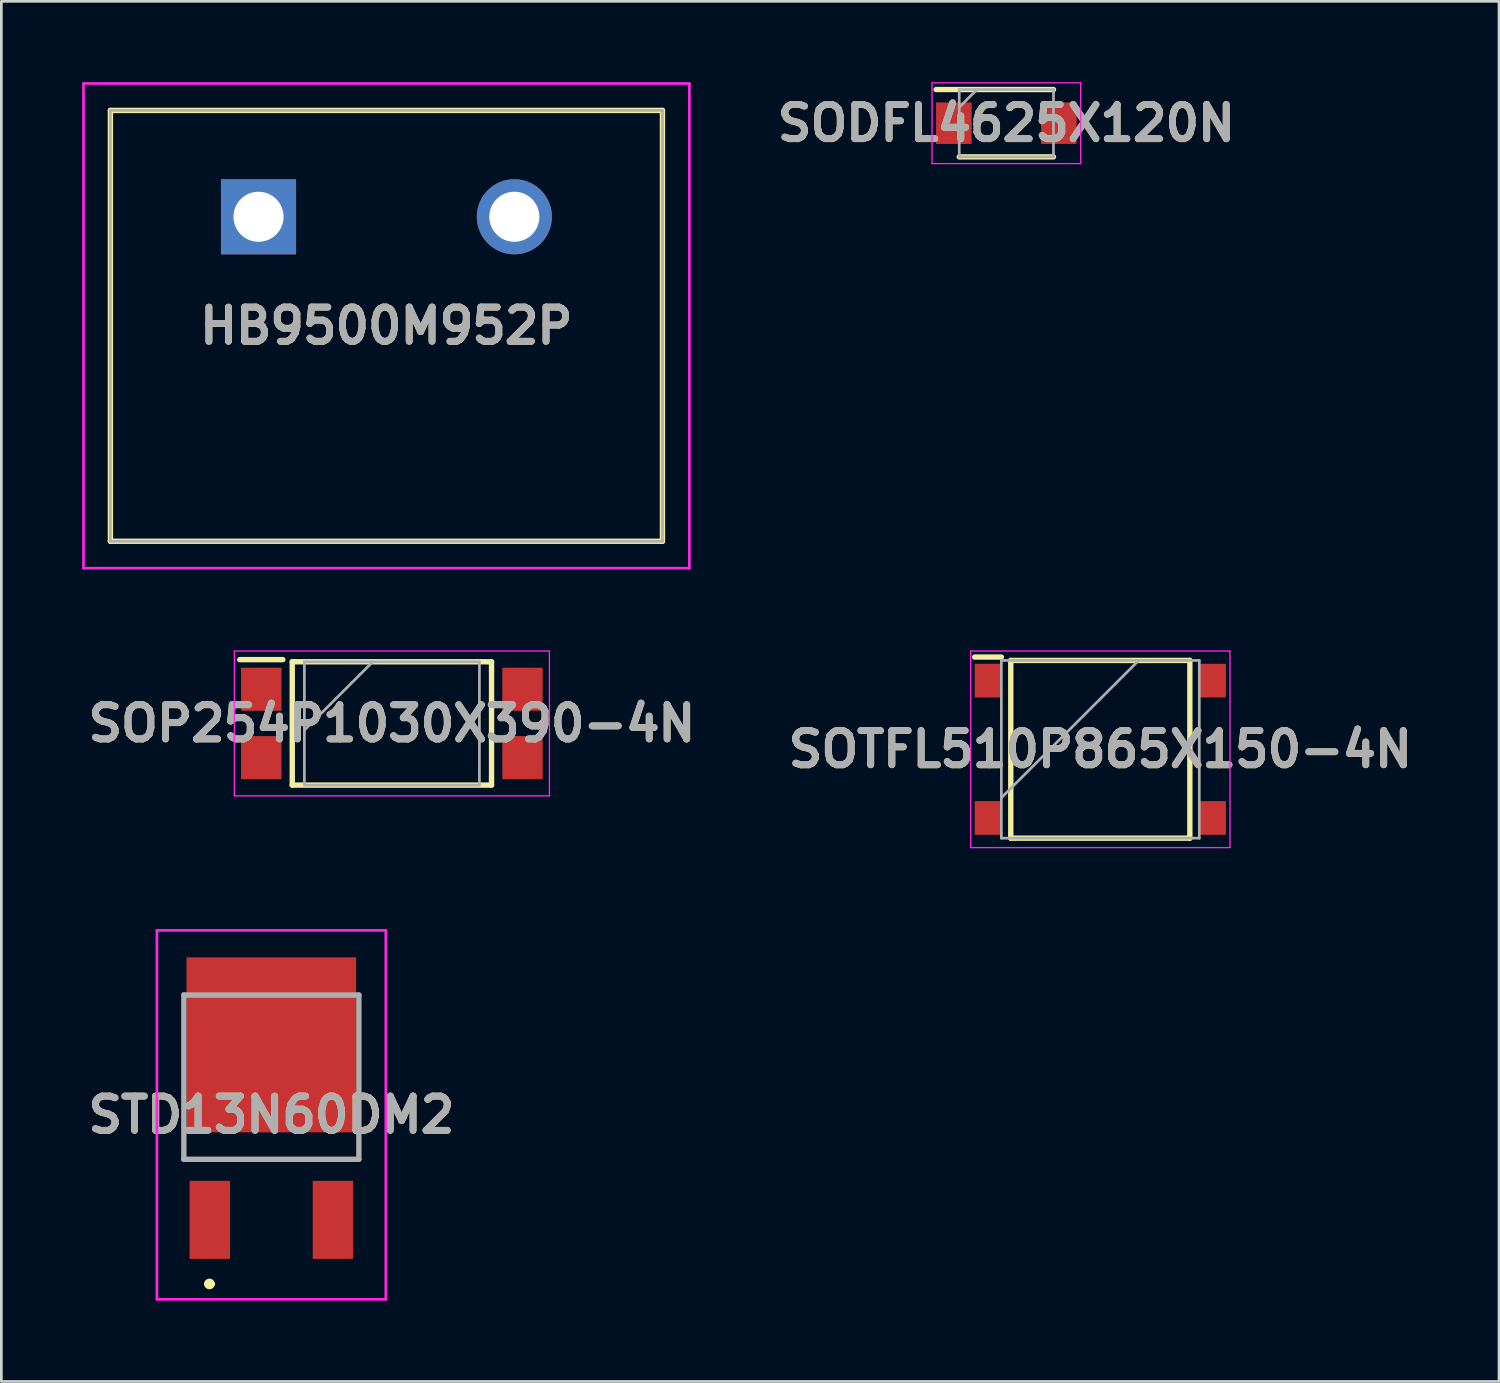
<source format=kicad_pcb>
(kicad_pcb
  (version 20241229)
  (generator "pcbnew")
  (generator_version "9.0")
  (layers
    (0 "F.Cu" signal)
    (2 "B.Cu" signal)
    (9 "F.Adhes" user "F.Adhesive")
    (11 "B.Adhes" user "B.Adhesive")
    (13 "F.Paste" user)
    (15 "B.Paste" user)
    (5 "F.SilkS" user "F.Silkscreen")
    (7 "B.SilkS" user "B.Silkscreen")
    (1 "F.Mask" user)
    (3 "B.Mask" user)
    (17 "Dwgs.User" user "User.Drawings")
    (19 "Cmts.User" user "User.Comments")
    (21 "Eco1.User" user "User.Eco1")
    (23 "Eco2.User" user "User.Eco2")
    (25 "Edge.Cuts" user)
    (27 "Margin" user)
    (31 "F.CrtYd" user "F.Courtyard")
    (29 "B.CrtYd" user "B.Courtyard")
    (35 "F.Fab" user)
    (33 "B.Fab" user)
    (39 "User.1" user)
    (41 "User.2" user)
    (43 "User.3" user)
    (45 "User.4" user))
  (footprint "SOTFL510P865X150-4N"
    (layer "F.Cu")
    (at 37.81 24.775)
    (property "Reference" "SOTFL510P865X150-4N" (at 0 0 0) (layer "F.SilkS") (effects (font (size 1.27 1.27) (thickness 0.254))))
    (attr smd)
    (fp_line (start -4.665 -3.425) (end -3.675 -3.425) (stroke (width 0.2) (type solid)) (layer "F.SilkS"))
    (fp_line (start -3.325 -3.3) (end 3.325 -3.3) (stroke (width 0.2) (type solid)) (layer "F.SilkS"))
    (fp_line (start -3.325 3.3) (end -3.325 -3.3) (stroke (width 0.2) (type solid)) (layer "F.SilkS"))
    (fp_line (start 3.325 -3.3) (end 3.325 3.3) (stroke (width 0.2) (type solid)) (layer "F.SilkS"))
    (fp_line (start 3.325 3.3) (end -3.325 3.3) (stroke (width 0.2) (type solid)) (layer "F.SilkS"))
    (fp_line (start -4.815 -3.65) (end 4.815 -3.65) (stroke (width 0.05) (type solid)) (layer "F.CrtYd"))
    (fp_line (start -4.815 3.65) (end -4.815 -3.65) (stroke (width 0.05) (type solid)) (layer "F.CrtYd"))
    (fp_line (start 4.815 -3.65) (end 4.815 3.65) (stroke (width 0.05) (type solid)) (layer "F.CrtYd"))
    (fp_line (start 4.815 3.65) (end -4.815 3.65) (stroke (width 0.05) (type solid)) (layer "F.CrtYd"))
    (fp_line (start -3.675 -3.3) (end 3.675 -3.3) (stroke (width 0.1) (type solid)) (layer "F.Fab"))
    (fp_line (start -3.675 1.8) (end 1.425 -3.3) (stroke (width 0.1) (type solid)) (layer "F.Fab"))
    (fp_line (start -3.675 3.3) (end -3.675 -3.3) (stroke (width 0.1) (type solid)) (layer "F.Fab"))
    (fp_line (start 3.675 -3.3) (end 3.675 3.3) (stroke (width 0.1) (type solid)) (layer "F.Fab"))
    (fp_line (start 3.675 3.3) (end -3.675 3.3) (stroke (width 0.1) (type solid)) (layer "F.Fab"))
    (fp_text user "${REFERENCE}" (at 0 0 0) (layer "F.Fab") (effects (font (size 1.27 1.27) (thickness 0.254))))
    (pad "1" smd rect (at -4.17 -2.55) (size 0.99 1.25) (layers "F.Cu" "F.Mask" "F.Paste"))
    (pad "2" smd rect (at -4.17 2.55) (size 0.99 1.25) (layers "F.Cu" "F.Mask" "F.Paste"))
    (pad "3" smd rect (at 4.17 2.55) (size 0.99 1.25) (layers "F.Cu" "F.Mask" "F.Paste"))
    (pad "4" smd rect (at 4.17 -2.55) (size 0.99 1.25) (layers "F.Cu" "F.Mask" "F.Paste")))
  (footprint "STD13N60DM2"
    (layer "F.Cu")
    (at 7.027 40)
    (property "Reference" "STD13N60DM2" (at 0 -1.65 0) (layer "F.SilkS") (effects (font (size 1.27 1.27) (thickness 0.254))))
    (attr smd)
    (fp_line (start -3.25 -0.5) (end -3.25 0) (stroke (width 0.1) (type solid)) (layer "F.SilkS"))
    (fp_line (start -3.25 0) (end 3.25 0) (stroke (width 0.1) (type solid)) (layer "F.SilkS"))
    (fp_line (start -2.399 4.63) (end -2.399 4.63) (stroke (width 0.2) (type solid)) (layer "F.SilkS"))
    (fp_line (start -2.199 4.63) (end -2.199 4.63) (stroke (width 0.2) (type solid)) (layer "F.SilkS"))
    (fp_line (start 3.25 0) (end 3.25 -0.5) (stroke (width 0.1) (type solid)) (layer "F.SilkS"))
    (fp_arc (start -2.398712 4.629515) (mid -2.298712 4.529515) (end -2.198712 4.629515) (stroke (width 0.2) (type solid)) (layer "F.SilkS"))
    (fp_arc (start -2.198712 4.629515) (mid -2.298712 4.729515) (end -2.398712 4.629515) (stroke (width 0.2) (type solid)) (layer "F.SilkS"))
    (fp_line (start -4.25 -8.5) (end 4.25 -8.5) (stroke (width 0.1) (type solid)) (layer "F.CrtYd"))
    (fp_line (start -4.25 5.2) (end -4.25 -8.5) (stroke (width 0.1) (type solid)) (layer "F.CrtYd"))
    (fp_line (start 4.25 -8.5) (end 4.25 5.2) (stroke (width 0.1) (type solid)) (layer "F.CrtYd"))
    (fp_line (start 4.25 5.2) (end -4.25 5.2) (stroke (width 0.1) (type solid)) (layer "F.CrtYd"))
    (fp_line (start -3.25 -6.1) (end -3.25 0) (stroke (width 0.2) (type solid)) (layer "F.Fab"))
    (fp_line (start -3.25 0) (end 3.25 0) (stroke (width 0.2) (type solid)) (layer "F.Fab"))
    (fp_line (start 3.25 -6.1) (end -3.25 -6.1) (stroke (width 0.2) (type solid)) (layer "F.Fab"))
    (fp_line (start 3.25 0) (end 3.25 -6.1) (stroke (width 0.2) (type solid)) (layer "F.Fab"))
    (fp_text user "${REFERENCE}" (at 0 -1.65 0) (layer "F.Fab") (effects (font (size 1.27 1.27) (thickness 0.254))))
    (pad "1" smd rect (at -2.286 2.25) (size 1.5 2.9) (layers "F.Cu" "F.Mask" "F.Paste"))
    (pad "2" smd rect (at 0 -4.25) (size 6.3 6.5) (layers "F.Cu" "F.Mask" "F.Paste"))
    (pad "3" smd rect (at 2.286 2.25) (size 1.5 2.9) (layers "F.Cu" "F.Mask" "F.Paste")))
  (footprint "SODFL4625X120N"
    (layer "F.Cu")
    (at 34.321 1.525)
    (property "Reference" "SODFL4625X120N" (at 0 0 0) (layer "F.SilkS") (effects (font (size 1.27 1.27) (thickness 0.254))))
    (attr smd)
    (fp_line (start -2.61 -1.25) (end 1.75 -1.25) (stroke (width 0.2) (type solid)) (layer "F.SilkS"))
    (fp_line (start -1.75 1.25) (end 1.75 1.25) (stroke (width 0.2) (type solid)) (layer "F.SilkS"))
    (fp_line (start -2.76 -1.5) (end 2.76 -1.5) (stroke (width 0.05) (type solid)) (layer "F.CrtYd"))
    (fp_line (start -2.76 1.5) (end -2.76 -1.5) (stroke (width 0.05) (type solid)) (layer "F.CrtYd"))
    (fp_line (start 2.76 -1.5) (end 2.76 1.5) (stroke (width 0.05) (type solid)) (layer "F.CrtYd"))
    (fp_line (start 2.76 1.5) (end -2.76 1.5) (stroke (width 0.05) (type solid)) (layer "F.CrtYd"))
    (fp_line (start -1.75 -1.25) (end 1.75 -1.25) (stroke (width 0.1) (type solid)) (layer "F.Fab"))
    (fp_line (start -1.75 -0.59) (end -1.09 -1.25) (stroke (width 0.1) (type solid)) (layer "F.Fab"))
    (fp_line (start -1.75 1.25) (end -1.75 -1.25) (stroke (width 0.1) (type solid)) (layer "F.Fab"))
    (fp_line (start 1.75 -1.25) (end 1.75 1.25) (stroke (width 0.1) (type solid)) (layer "F.Fab"))
    (fp_line (start 1.75 1.25) (end -1.75 1.25) (stroke (width 0.1) (type solid)) (layer "F.Fab"))
    (fp_text user "${REFERENCE}" (at 0 0 0) (layer "F.Fab") (effects (font (size 1.27 1.27) (thickness 0.254))))
    (pad "1" smd rect (at -1.95 0) (size 1.32 1.54) (layers "F.Cu" "F.Mask" "F.Paste"))
    (pad "2" smd rect (at 1.95 0) (size 1.32 1.54) (layers "F.Cu" "F.Mask" "F.Paste")))
  (footprint "HB9500M952P"
    (layer "F.Cu")
    (at 6.55 5)
    (property "Reference" "HB9500M952P" (at 4.75 4.05 0) (layer "F.SilkS") (effects (font (size 1.27 1.27) (thickness 0.254))))
    (attr through_hole)
    (fp_line (start -5.5 -3.95) (end -5.5 12.05) (stroke (width 0.2) (type solid)) (layer "F.SilkS"))
    (fp_line (start -5.5 12.05) (end 15 12.05) (stroke (width 0.2) (type solid)) (layer "F.SilkS"))
    (fp_line (start 15 -3.95) (end -5.5 -3.95) (stroke (width 0.2) (type solid)) (layer "F.SilkS"))
    (fp_line (start 15 12.05) (end 15 -3.95) (stroke (width 0.2) (type solid)) (layer "F.SilkS"))
    (fp_line (start -6.5 -4.95) (end 16 -4.95) (stroke (width 0.1) (type solid)) (layer "F.CrtYd"))
    (fp_line (start -6.5 13.05) (end -6.5 -4.95) (stroke (width 0.1) (type solid)) (layer "F.CrtYd"))
    (fp_line (start 16 -4.95) (end 16 13.05) (stroke (width 0.1) (type solid)) (layer "F.CrtYd"))
    (fp_line (start 16 13.05) (end -6.5 13.05) (stroke (width 0.1) (type solid)) (layer "F.CrtYd"))
    (fp_line (start -5.5 -3.95) (end -5.5 12.05) (stroke (width 0.1) (type solid)) (layer "F.Fab"))
    (fp_line (start -5.5 12.05) (end 15 12.05) (stroke (width 0.1) (type solid)) (layer "F.Fab"))
    (fp_line (start 15 -3.95) (end -5.5 -3.95) (stroke (width 0.1) (type solid)) (layer "F.Fab"))
    (fp_line (start 15 12.05) (end 15 -3.95) (stroke (width 0.1) (type solid)) (layer "F.Fab"))
    (fp_text user "${REFERENCE}" (at 4.75 4.05 0) (layer "F.Fab") (effects (font (size 1.27 1.27) (thickness 0.254))))
    (pad "1" thru_hole rect (at 0 0) (size 2.79 2.79) (drill 1.86) (layers "*.Cu" "*.Mask"))
    (pad "2" thru_hole circle (at 9.5 0) (size 2.79 2.79) (drill 1.86) (layers "*.Cu" "*.Mask")))
  (footprint "SOP254P1030X390-4N"
    (layer "F.Cu")
    (at 11.503 23.815)
    (property "Reference" "SOP254P1030X390-4N" (at 0 0 0) (layer "F.SilkS") (effects (font (size 1.27 1.27) (thickness 0.254))))
    (attr smd)
    (fp_line (start -5.65 -2.37) (end -4.05 -2.37) (stroke (width 0.2) (type solid)) (layer "F.SilkS"))
    (fp_line (start -3.7 -2.29) (end 3.7 -2.29) (stroke (width 0.2) (type solid)) (layer "F.SilkS"))
    (fp_line (start -3.7 2.29) (end -3.7 -2.29) (stroke (width 0.2) (type solid)) (layer "F.SilkS"))
    (fp_line (start 3.7 -2.29) (end 3.7 2.29) (stroke (width 0.2) (type solid)) (layer "F.SilkS"))
    (fp_line (start 3.7 2.29) (end -3.7 2.29) (stroke (width 0.2) (type solid)) (layer "F.SilkS"))
    (fp_line (start -5.85 -2.69) (end 5.85 -2.69) (stroke (width 0.05) (type solid)) (layer "F.CrtYd"))
    (fp_line (start -5.85 2.69) (end -5.85 -2.69) (stroke (width 0.05) (type solid)) (layer "F.CrtYd"))
    (fp_line (start 5.85 -2.69) (end 5.85 2.69) (stroke (width 0.05) (type solid)) (layer "F.CrtYd"))
    (fp_line (start 5.85 2.69) (end -5.85 2.69) (stroke (width 0.05) (type solid)) (layer "F.CrtYd"))
    (fp_line (start -3.25 -2.29) (end 3.25 -2.29) (stroke (width 0.1) (type solid)) (layer "F.Fab"))
    (fp_line (start -3.25 0.25) (end -0.71 -2.29) (stroke (width 0.1) (type solid)) (layer "F.Fab"))
    (fp_line (start -3.25 2.29) (end -3.25 -2.29) (stroke (width 0.1) (type solid)) (layer "F.Fab"))
    (fp_line (start 3.25 -2.29) (end 3.25 2.29) (stroke (width 0.1) (type solid)) (layer "F.Fab"))
    (fp_line (start 3.25 2.29) (end -3.25 2.29) (stroke (width 0.1) (type solid)) (layer "F.Fab"))
    (fp_text user "${REFERENCE}" (at 0 0 0) (layer "F.Fab") (effects (font (size 1.27 1.27) (thickness 0.254))))
    (pad "1" smd rect (at -4.85 -1.27) (size 1.5 1.6) (layers "F.Cu" "F.Mask" "F.Paste"))
    (pad "2" smd rect (at -4.85 1.27) (size 1.5 1.6) (layers "F.Cu" "F.Mask" "F.Paste"))
    (pad "3" smd rect (at 4.85 1.27) (size 1.5 1.6) (layers "F.Cu" "F.Mask" "F.Paste"))
    (pad "4" smd rect (at 4.85 -1.27) (size 1.5 1.6) (layers "F.Cu" "F.Mask" "F.Paste")))
  (gr_rect
    (start -3 -3)
    (end 52.615 48.25)
    (stroke (width 0.1) (type default))
    (fill no)
    (layer "Edge.Cuts")))
</source>
